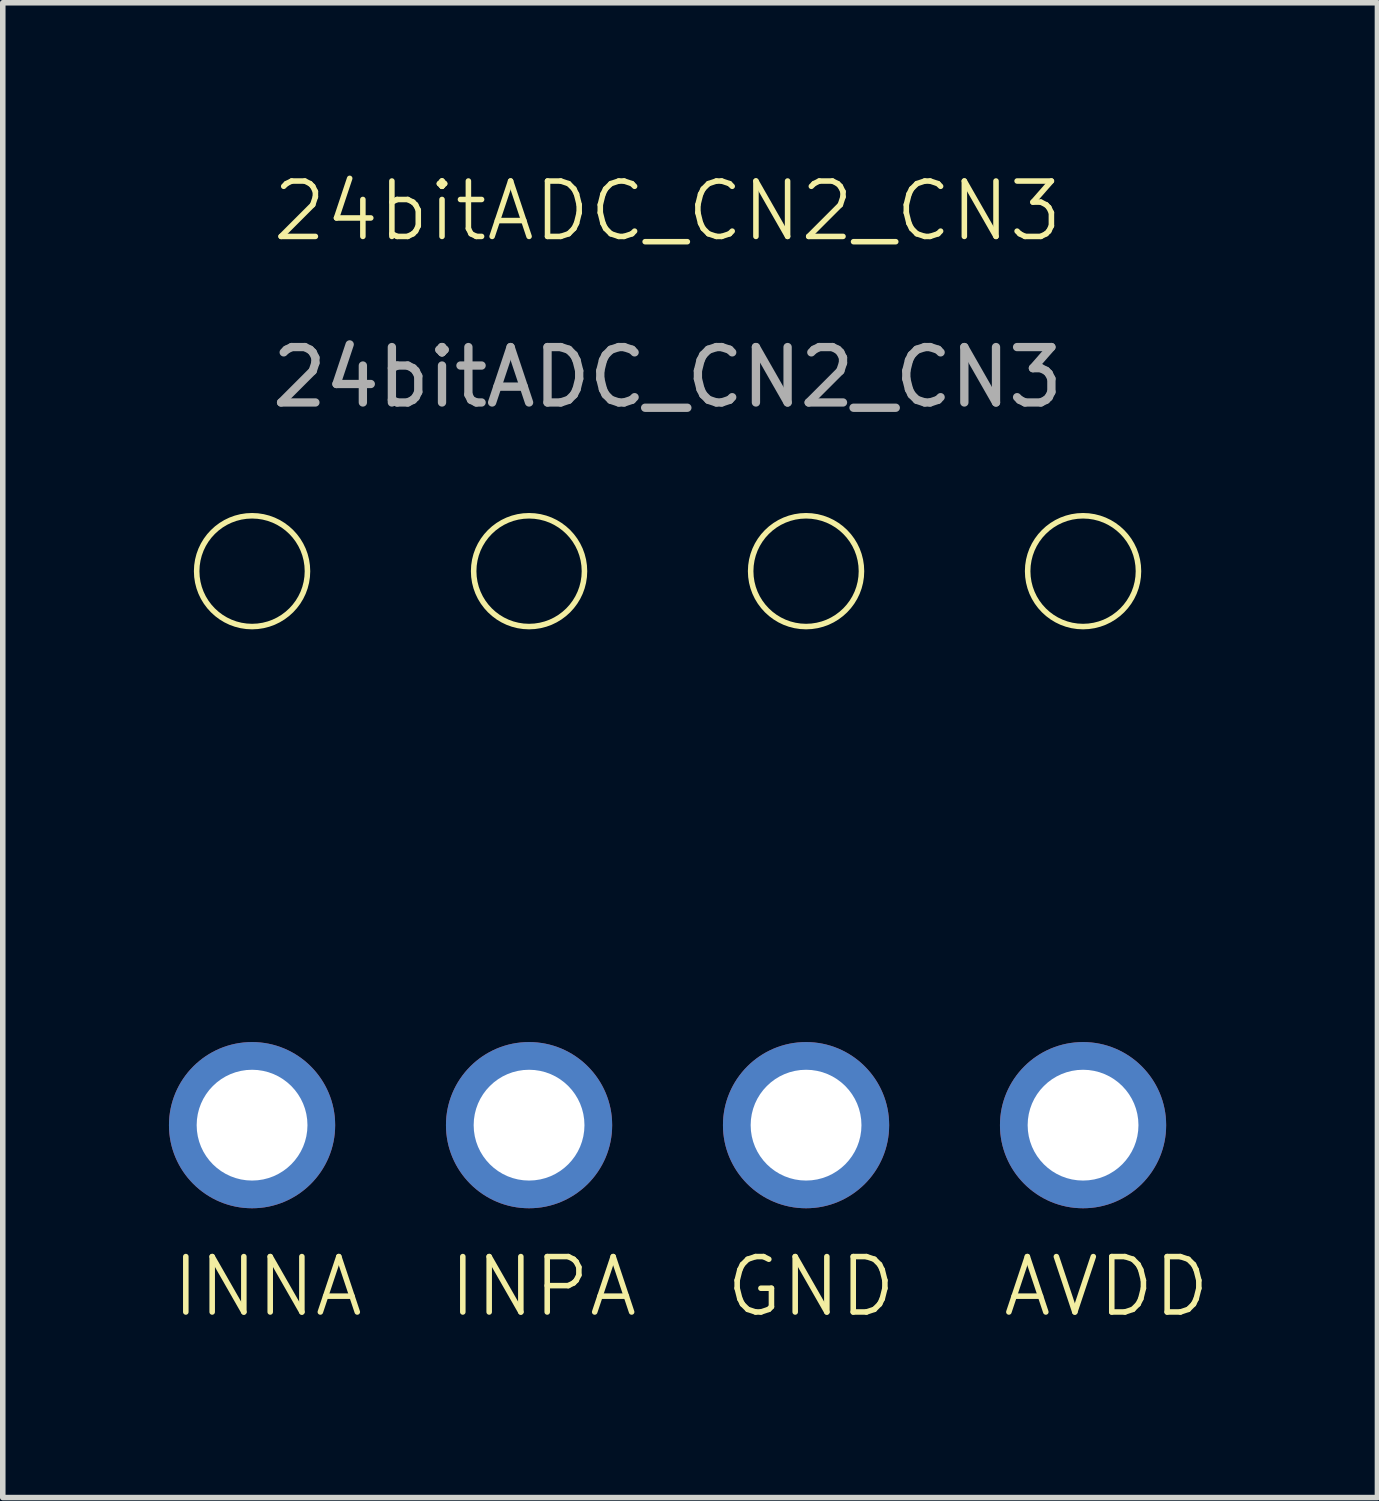
<source format=kicad_pcb>
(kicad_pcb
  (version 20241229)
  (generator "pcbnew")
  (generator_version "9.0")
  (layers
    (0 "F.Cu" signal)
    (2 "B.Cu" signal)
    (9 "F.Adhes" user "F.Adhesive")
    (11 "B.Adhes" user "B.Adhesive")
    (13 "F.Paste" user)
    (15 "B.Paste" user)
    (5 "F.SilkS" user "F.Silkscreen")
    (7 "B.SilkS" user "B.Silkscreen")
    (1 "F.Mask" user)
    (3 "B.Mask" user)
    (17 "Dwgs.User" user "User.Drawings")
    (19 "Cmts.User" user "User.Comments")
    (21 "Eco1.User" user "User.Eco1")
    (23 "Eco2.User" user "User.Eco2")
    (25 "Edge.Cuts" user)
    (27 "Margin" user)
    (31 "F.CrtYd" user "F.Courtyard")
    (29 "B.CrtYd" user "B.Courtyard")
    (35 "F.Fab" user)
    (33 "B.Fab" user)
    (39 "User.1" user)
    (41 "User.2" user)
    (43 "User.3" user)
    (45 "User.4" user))
  (footprint "24bitADC_CN2_CN3"
    (layer "F.Cu")
    (at 9 1.26)
    (property "Reference" "24bitADC_CN2_CN3" (at 0 -0.5 0) (unlocked yes) (layer "F.SilkS") (effects (font (size 1 1) (thickness 0.1))))
    (attr smd)
    (fp_circle (center -7.5 6) (end -7.5 7) (stroke (width 0.1) (type default)) (fill no) (layer "F.SilkS"))
    (fp_circle (center -2.5 6) (end -2.5 7) (stroke (width 0.1) (type default)) (fill no) (layer "F.SilkS"))
    (fp_circle (center 2.5 6) (end 3.5 6) (stroke (width 0.1) (type default)) (fill no) (layer "F.SilkS"))
    (fp_circle (center 7.5 6) (end 7.5 7) (stroke (width 0.1) (type default)) (fill no) (layer "F.SilkS"))
    (fp_text user "INNA" (at -9 19.5 0) (unlocked yes) (layer "F.SilkS") (effects (font (size 1 1) (thickness 0.1)) (justify left bottom)))
    (fp_text user "AVDD" (at 6 19.5 0) (unlocked yes) (layer "F.SilkS") (effects (font (size 1 1) (thickness 0.1)) (justify left bottom)))
    (fp_text user "INPA" (at -4 19.5 0) (unlocked yes) (layer "F.SilkS") (effects (font (size 1 1) (thickness 0.1)) (justify left bottom)))
    (fp_text user "GND" (at 1 19.5 0) (unlocked yes) (layer "F.SilkS") (effects (font (size 1 1) (thickness 0.1)) (justify left bottom)))
    (fp_text user "${REFERENCE}" (at 0 2.5 0) (unlocked yes) (layer "F.Fab") (effects (font (size 1 1) (thickness 0.15))))
    (pad "1" thru_hole circle (at 7.5 16) (size 3 3) (drill 2) (layers "*.Cu" "*.Mask"))
    (pad "2" thru_hole circle (at 2.5 16) (size 3 3) (drill 2) (layers "*.Cu" "*.Mask"))
    (pad "3" thru_hole circle (at -2.5 16) (size 3 3) (drill 2) (layers "*.Cu" "*.Mask"))
    (pad "4" thru_hole circle (at -7.5 16) (size 3 3) (drill 2) (layers "*.Cu" "*.Mask")))
  (gr_rect
    (start -3 -3)
    (end 21.814 23.982)
    (stroke (width 0.1) (type default))
    (fill no)
    (layer "Edge.Cuts")))
</source>
